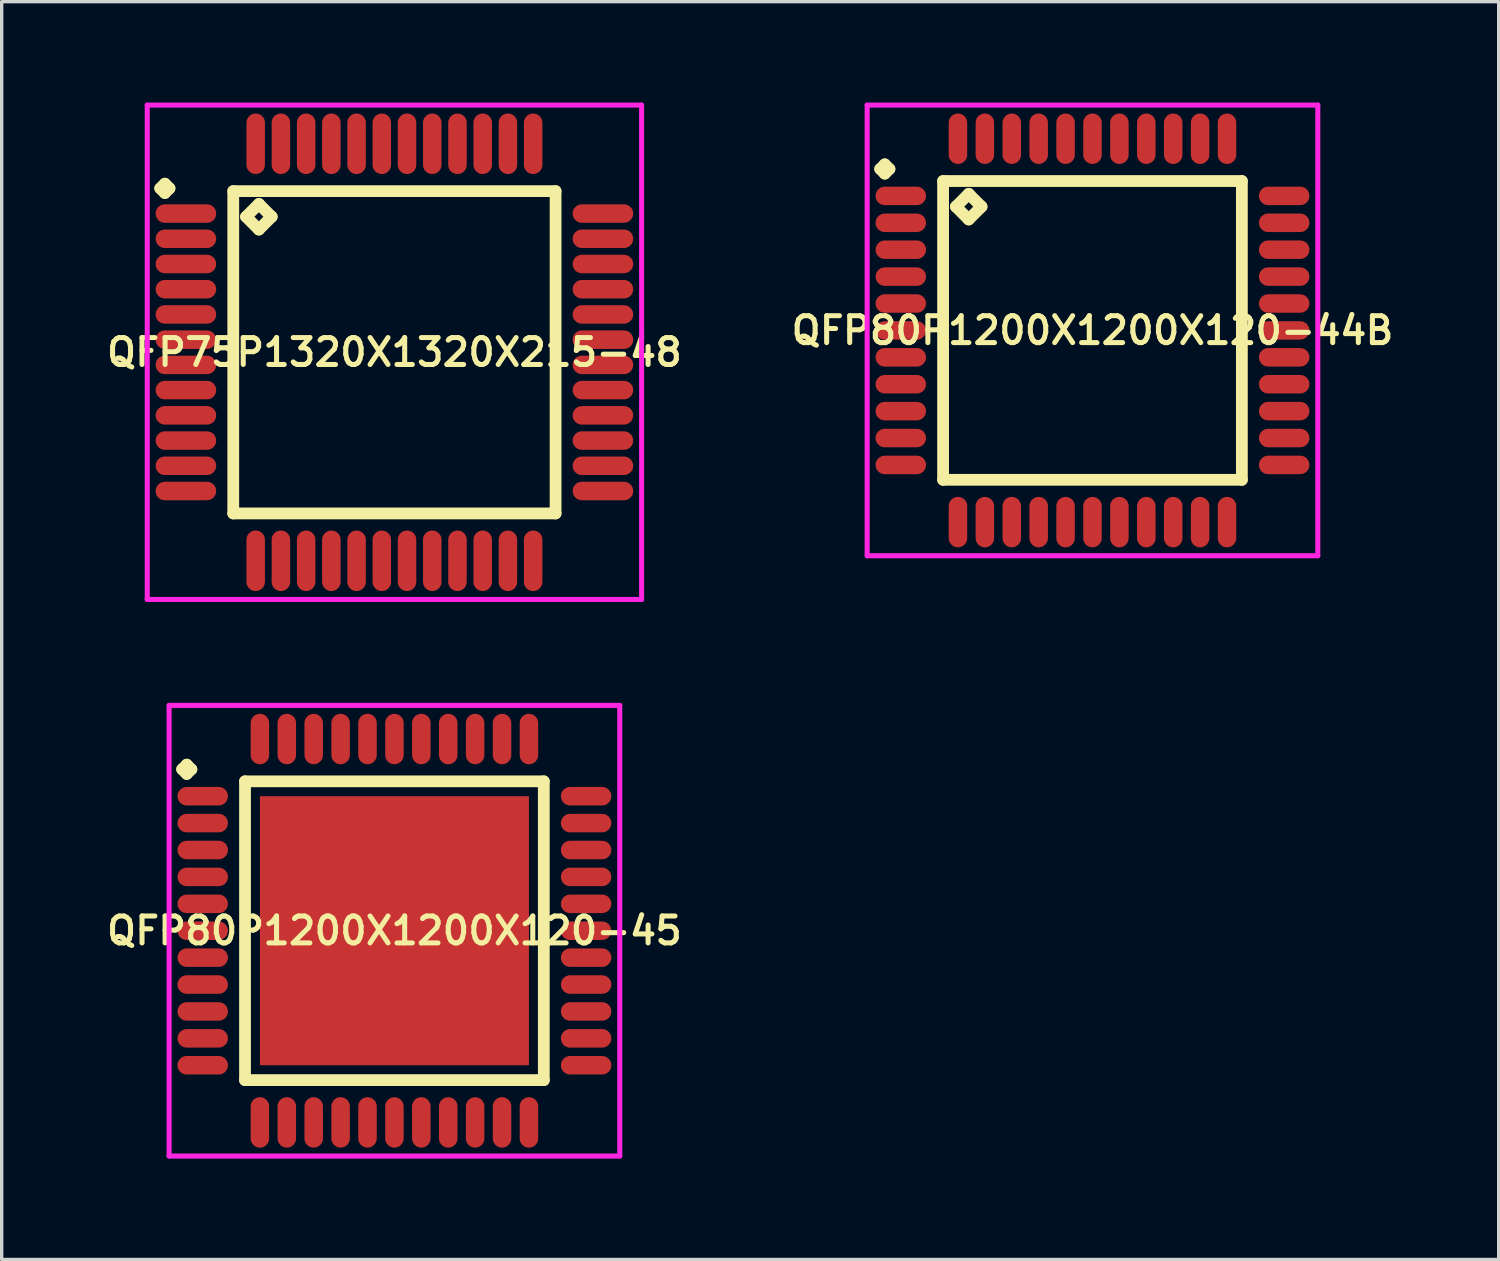
<source format=kicad_pcb>
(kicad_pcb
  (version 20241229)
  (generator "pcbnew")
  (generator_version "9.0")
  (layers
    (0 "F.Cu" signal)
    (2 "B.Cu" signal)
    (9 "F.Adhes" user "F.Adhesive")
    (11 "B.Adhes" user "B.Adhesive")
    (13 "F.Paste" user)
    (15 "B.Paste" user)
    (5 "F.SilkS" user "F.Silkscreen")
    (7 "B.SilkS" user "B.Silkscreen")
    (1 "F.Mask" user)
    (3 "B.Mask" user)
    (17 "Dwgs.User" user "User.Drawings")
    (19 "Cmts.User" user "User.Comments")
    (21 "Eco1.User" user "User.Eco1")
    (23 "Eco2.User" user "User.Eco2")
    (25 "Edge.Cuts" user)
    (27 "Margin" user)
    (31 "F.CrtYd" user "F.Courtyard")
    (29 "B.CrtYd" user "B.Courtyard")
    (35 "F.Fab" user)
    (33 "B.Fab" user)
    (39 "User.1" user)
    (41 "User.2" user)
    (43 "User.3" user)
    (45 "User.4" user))
  (footprint "QFP75P1320X1320X215-48"
    (layer "F.Cu")
    (at 8.678 7.425)
    (property "Reference" "QFP75P1320X1320X215-48" (at 0 0 0) (layer "F.SilkS") (effects (font (size 0.8 0.8) (thickness 0.15))))
    (attr smd)
    (fp_line (start -6.963 -4.875) (end -6.825 -5.013) (stroke (width 0.35) (type solid)) (layer "F.SilkS"))
    (fp_line (start -6.825 -5.013) (end -6.688 -4.875) (stroke (width 0.35) (type solid)) (layer "F.SilkS"))
    (fp_line (start -6.825 -4.737) (end -6.963 -4.875) (stroke (width 0.35) (type solid)) (layer "F.SilkS"))
    (fp_line (start -6.688 -4.875) (end -6.825 -4.737) (stroke (width 0.35) (type solid)) (layer "F.SilkS"))
    (fp_line (start -4.792 -4.792) (end -4.792 4.792) (stroke (width 0.35) (type solid)) (layer "F.SilkS"))
    (fp_line (start -4.792 4.792) (end 4.792 4.792) (stroke (width 0.35) (type solid)) (layer "F.SilkS"))
    (fp_line (start -4.411 -4.03) (end -4.03 -4.411) (stroke (width 0.35) (type solid)) (layer "F.SilkS"))
    (fp_line (start -4.03 -4.411) (end -3.649 -4.03) (stroke (width 0.35) (type solid)) (layer "F.SilkS"))
    (fp_line (start -4.03 -3.649) (end -4.411 -4.03) (stroke (width 0.35) (type solid)) (layer "F.SilkS"))
    (fp_line (start -3.649 -4.03) (end -4.03 -3.649) (stroke (width 0.35) (type solid)) (layer "F.SilkS"))
    (fp_line (start 4.792 -4.792) (end -4.792 -4.792) (stroke (width 0.35) (type solid)) (layer "F.SilkS"))
    (fp_line (start 4.792 4.792) (end 4.792 -4.792) (stroke (width 0.35) (type solid)) (layer "F.SilkS"))
    (fp_line (start -7.35 -7.35) (end 7.35 -7.35) (stroke (width 0.15) (type solid)) (layer "F.CrtYd"))
    (fp_line (start -7.35 7.35) (end -7.35 -7.35) (stroke (width 0.15) (type solid)) (layer "F.CrtYd"))
    (fp_line (start 7.35 -7.35) (end 7.35 7.35) (stroke (width 0.15) (type solid)) (layer "F.CrtYd"))
    (fp_line (start 7.35 7.35) (end -7.35 7.35) (stroke (width 0.15) (type solid)) (layer "F.CrtYd"))
    (pad "1" smd oval (at -6.2 -4.125) (size 1.8 0.55) (layers "F.Cu" "F.Mask" "F.Paste"))
    (pad "2" smd oval (at -6.2 -3.375) (size 1.8 0.55) (layers "F.Cu" "F.Mask" "F.Paste"))
    (pad "3" smd oval (at -6.2 -2.625) (size 1.8 0.55) (layers "F.Cu" "F.Mask" "F.Paste"))
    (pad "4" smd oval (at -6.2 -1.875) (size 1.8 0.55) (layers "F.Cu" "F.Mask" "F.Paste"))
    (pad "5" smd oval (at -6.2 -1.125) (size 1.8 0.55) (layers "F.Cu" "F.Mask" "F.Paste"))
    (pad "6" smd oval (at -6.2 -0.375) (size 1.8 0.55) (layers "F.Cu" "F.Mask" "F.Paste"))
    (pad "7" smd oval (at -6.2 0.375) (size 1.8 0.55) (layers "F.Cu" "F.Mask" "F.Paste"))
    (pad "8" smd oval (at -6.2 1.125) (size 1.8 0.55) (layers "F.Cu" "F.Mask" "F.Paste"))
    (pad "9" smd oval (at -6.2 1.875) (size 1.8 0.55) (layers "F.Cu" "F.Mask" "F.Paste"))
    (pad "10" smd oval (at -6.2 2.625) (size 1.8 0.55) (layers "F.Cu" "F.Mask" "F.Paste"))
    (pad "11" smd oval (at -6.2 3.375) (size 1.8 0.55) (layers "F.Cu" "F.Mask" "F.Paste"))
    (pad "12" smd oval (at -6.2 4.125) (size 1.8 0.55) (layers "F.Cu" "F.Mask" "F.Paste"))
    (pad "13" smd oval (at -4.125 6.2) (size 0.55 1.8) (layers "F.Cu" "F.Mask" "F.Paste"))
    (pad "14" smd oval (at -3.375 6.2) (size 0.55 1.8) (layers "F.Cu" "F.Mask" "F.Paste"))
    (pad "15" smd oval (at -2.625 6.2) (size 0.55 1.8) (layers "F.Cu" "F.Mask" "F.Paste"))
    (pad "16" smd oval (at -1.875 6.2) (size 0.55 1.8) (layers "F.Cu" "F.Mask" "F.Paste"))
    (pad "17" smd oval (at -1.125 6.2) (size 0.55 1.8) (layers "F.Cu" "F.Mask" "F.Paste"))
    (pad "18" smd oval (at -0.375 6.2) (size 0.55 1.8) (layers "F.Cu" "F.Mask" "F.Paste"))
    (pad "19" smd oval (at 0.375 6.2) (size 0.55 1.8) (layers "F.Cu" "F.Mask" "F.Paste"))
    (pad "20" smd oval (at 1.125 6.2) (size 0.55 1.8) (layers "F.Cu" "F.Mask" "F.Paste"))
    (pad "21" smd oval (at 1.875 6.2) (size 0.55 1.8) (layers "F.Cu" "F.Mask" "F.Paste"))
    (pad "22" smd oval (at 2.625 6.2) (size 0.55 1.8) (layers "F.Cu" "F.Mask" "F.Paste"))
    (pad "23" smd oval (at 3.375 6.2) (size 0.55 1.8) (layers "F.Cu" "F.Mask" "F.Paste"))
    (pad "24" smd oval (at 4.125 6.2) (size 0.55 1.8) (layers "F.Cu" "F.Mask" "F.Paste"))
    (pad "25" smd oval (at 6.2 4.125) (size 1.8 0.55) (layers "F.Cu" "F.Mask" "F.Paste"))
    (pad "26" smd oval (at 6.2 3.375) (size 1.8 0.55) (layers "F.Cu" "F.Mask" "F.Paste"))
    (pad "27" smd oval (at 6.2 2.625) (size 1.8 0.55) (layers "F.Cu" "F.Mask" "F.Paste"))
    (pad "28" smd oval (at 6.2 1.875) (size 1.8 0.55) (layers "F.Cu" "F.Mask" "F.Paste"))
    (pad "29" smd oval (at 6.2 1.125) (size 1.8 0.55) (layers "F.Cu" "F.Mask" "F.Paste"))
    (pad "30" smd oval (at 6.2 0.375) (size 1.8 0.55) (layers "F.Cu" "F.Mask" "F.Paste"))
    (pad "31" smd oval (at 6.2 -0.375) (size 1.8 0.55) (layers "F.Cu" "F.Mask" "F.Paste"))
    (pad "32" smd oval (at 6.2 -1.125) (size 1.8 0.55) (layers "F.Cu" "F.Mask" "F.Paste"))
    (pad "33" smd oval (at 6.2 -1.875) (size 1.8 0.55) (layers "F.Cu" "F.Mask" "F.Paste"))
    (pad "34" smd oval (at 6.2 -2.625) (size 1.8 0.55) (layers "F.Cu" "F.Mask" "F.Paste"))
    (pad "35" smd oval (at 6.2 -3.375) (size 1.8 0.55) (layers "F.Cu" "F.Mask" "F.Paste"))
    (pad "36" smd oval (at 6.2 -4.125) (size 1.8 0.55) (layers "F.Cu" "F.Mask" "F.Paste"))
    (pad "37" smd oval (at 4.125 -6.2) (size 0.55 1.8) (layers "F.Cu" "F.Mask" "F.Paste"))
    (pad "38" smd oval (at 3.375 -6.2) (size 0.55 1.8) (layers "F.Cu" "F.Mask" "F.Paste"))
    (pad "39" smd oval (at 2.625 -6.2) (size 0.55 1.8) (layers "F.Cu" "F.Mask" "F.Paste"))
    (pad "40" smd oval (at 1.875 -6.2) (size 0.55 1.8) (layers "F.Cu" "F.Mask" "F.Paste"))
    (pad "41" smd oval (at 1.125 -6.2) (size 0.55 1.8) (layers "F.Cu" "F.Mask" "F.Paste"))
    (pad "42" smd oval (at 0.375 -6.2) (size 0.55 1.8) (layers "F.Cu" "F.Mask" "F.Paste"))
    (pad "43" smd oval (at -0.375 -6.2) (size 0.55 1.8) (layers "F.Cu" "F.Mask" "F.Paste"))
    (pad "44" smd oval (at -1.125 -6.2) (size 0.55 1.8) (layers "F.Cu" "F.Mask" "F.Paste"))
    (pad "45" smd oval (at -1.875 -6.2) (size 0.55 1.8) (layers "F.Cu" "F.Mask" "F.Paste"))
    (pad "46" smd oval (at -2.625 -6.2) (size 0.55 1.8) (layers "F.Cu" "F.Mask" "F.Paste"))
    (pad "47" smd oval (at -3.375 -6.2) (size 0.55 1.8) (layers "F.Cu" "F.Mask" "F.Paste"))
    (pad "48" smd oval (at -4.125 -6.2) (size 0.55 1.8) (layers "F.Cu" "F.Mask" "F.Paste")))
  (footprint "QFP80P1200X1200X120-44B"
    (layer "F.Cu")
    (at 29.435 6.775)
    (property "Reference" "QFP80P1200X1200X120-44B" (at 0 0 0) (layer "F.SilkS") (effects (font (size 0.8 0.8) (thickness 0.15))))
    (attr smd)
    (fp_line (start -6.312 -4.8) (end -6.175 -4.938) (stroke (width 0.35) (type solid)) (layer "F.SilkS"))
    (fp_line (start -6.175 -4.938) (end -6.037 -4.8) (stroke (width 0.35) (type solid)) (layer "F.SilkS"))
    (fp_line (start -6.175 -4.662) (end -6.312 -4.8) (stroke (width 0.35) (type solid)) (layer "F.SilkS"))
    (fp_line (start -6.037 -4.8) (end -6.175 -4.662) (stroke (width 0.35) (type solid)) (layer "F.SilkS"))
    (fp_line (start -4.442 -4.442) (end -4.442 4.442) (stroke (width 0.35) (type solid)) (layer "F.SilkS"))
    (fp_line (start -4.442 4.442) (end 4.442 4.442) (stroke (width 0.35) (type solid)) (layer "F.SilkS"))
    (fp_line (start -4.061 -3.68) (end -3.68 -4.061) (stroke (width 0.35) (type solid)) (layer "F.SilkS"))
    (fp_line (start -3.68 -4.061) (end -3.299 -3.68) (stroke (width 0.35) (type solid)) (layer "F.SilkS"))
    (fp_line (start -3.68 -3.299) (end -4.061 -3.68) (stroke (width 0.35) (type solid)) (layer "F.SilkS"))
    (fp_line (start -3.299 -3.68) (end -3.68 -3.299) (stroke (width 0.35) (type solid)) (layer "F.SilkS"))
    (fp_line (start 4.442 -4.442) (end -4.442 -4.442) (stroke (width 0.35) (type solid)) (layer "F.SilkS"))
    (fp_line (start 4.442 4.442) (end 4.442 -4.442) (stroke (width 0.35) (type solid)) (layer "F.SilkS"))
    (fp_line (start -6.7 -6.7) (end 6.7 -6.7) (stroke (width 0.15) (type solid)) (layer "F.CrtYd"))
    (fp_line (start -6.7 6.7) (end -6.7 -6.7) (stroke (width 0.15) (type solid)) (layer "F.CrtYd"))
    (fp_line (start 6.7 -6.7) (end 6.7 6.7) (stroke (width 0.15) (type solid)) (layer "F.CrtYd"))
    (fp_line (start 6.7 6.7) (end -6.7 6.7) (stroke (width 0.15) (type solid)) (layer "F.CrtYd"))
    (pad "1" smd oval (at -5.7 -4) (size 1.5 0.55) (layers "F.Cu" "F.Mask" "F.Paste"))
    (pad "2" smd oval (at -5.7 -3.2) (size 1.5 0.55) (layers "F.Cu" "F.Mask" "F.Paste"))
    (pad "3" smd oval (at -5.7 -2.4) (size 1.5 0.55) (layers "F.Cu" "F.Mask" "F.Paste"))
    (pad "4" smd oval (at -5.7 -1.6) (size 1.5 0.55) (layers "F.Cu" "F.Mask" "F.Paste"))
    (pad "5" smd oval (at -5.7 -0.8) (size 1.5 0.55) (layers "F.Cu" "F.Mask" "F.Paste"))
    (pad "6" smd oval (at -5.7 0) (size 1.5 0.55) (layers "F.Cu" "F.Mask" "F.Paste"))
    (pad "7" smd oval (at -5.7 0.8) (size 1.5 0.55) (layers "F.Cu" "F.Mask" "F.Paste"))
    (pad "8" smd oval (at -5.7 1.6) (size 1.5 0.55) (layers "F.Cu" "F.Mask" "F.Paste"))
    (pad "9" smd oval (at -5.7 2.4) (size 1.5 0.55) (layers "F.Cu" "F.Mask" "F.Paste"))
    (pad "10" smd oval (at -5.7 3.2) (size 1.5 0.55) (layers "F.Cu" "F.Mask" "F.Paste"))
    (pad "11" smd oval (at -5.7 4) (size 1.5 0.55) (layers "F.Cu" "F.Mask" "F.Paste"))
    (pad "12" smd oval (at -4 5.7) (size 0.55 1.5) (layers "F.Cu" "F.Mask" "F.Paste"))
    (pad "13" smd oval (at -3.2 5.7) (size 0.55 1.5) (layers "F.Cu" "F.Mask" "F.Paste"))
    (pad "14" smd oval (at -2.4 5.7) (size 0.55 1.5) (layers "F.Cu" "F.Mask" "F.Paste"))
    (pad "15" smd oval (at -1.6 5.7) (size 0.55 1.5) (layers "F.Cu" "F.Mask" "F.Paste"))
    (pad "16" smd oval (at -0.8 5.7) (size 0.55 1.5) (layers "F.Cu" "F.Mask" "F.Paste"))
    (pad "17" smd oval (at 0 5.7) (size 0.55 1.5) (layers "F.Cu" "F.Mask" "F.Paste"))
    (pad "18" smd oval (at 0.8 5.7) (size 0.55 1.5) (layers "F.Cu" "F.Mask" "F.Paste"))
    (pad "19" smd oval (at 1.6 5.7) (size 0.55 1.5) (layers "F.Cu" "F.Mask" "F.Paste"))
    (pad "20" smd oval (at 2.4 5.7) (size 0.55 1.5) (layers "F.Cu" "F.Mask" "F.Paste"))
    (pad "21" smd oval (at 3.2 5.7) (size 0.55 1.5) (layers "F.Cu" "F.Mask" "F.Paste"))
    (pad "22" smd oval (at 4 5.7) (size 0.55 1.5) (layers "F.Cu" "F.Mask" "F.Paste"))
    (pad "23" smd oval (at 5.7 4) (size 1.5 0.55) (layers "F.Cu" "F.Mask" "F.Paste"))
    (pad "24" smd oval (at 5.7 3.2) (size 1.5 0.55) (layers "F.Cu" "F.Mask" "F.Paste"))
    (pad "25" smd oval (at 5.7 2.4) (size 1.5 0.55) (layers "F.Cu" "F.Mask" "F.Paste"))
    (pad "26" smd oval (at 5.7 1.6) (size 1.5 0.55) (layers "F.Cu" "F.Mask" "F.Paste"))
    (pad "27" smd oval (at 5.7 0.8) (size 1.5 0.55) (layers "F.Cu" "F.Mask" "F.Paste"))
    (pad "28" smd oval (at 5.7 0) (size 1.5 0.55) (layers "F.Cu" "F.Mask" "F.Paste"))
    (pad "29" smd oval (at 5.7 -0.8) (size 1.5 0.55) (layers "F.Cu" "F.Mask" "F.Paste"))
    (pad "30" smd oval (at 5.7 -1.6) (size 1.5 0.55) (layers "F.Cu" "F.Mask" "F.Paste"))
    (pad "31" smd oval (at 5.7 -2.4) (size 1.5 0.55) (layers "F.Cu" "F.Mask" "F.Paste"))
    (pad "32" smd oval (at 5.7 -3.2) (size 1.5 0.55) (layers "F.Cu" "F.Mask" "F.Paste"))
    (pad "33" smd oval (at 5.7 -4) (size 1.5 0.55) (layers "F.Cu" "F.Mask" "F.Paste"))
    (pad "34" smd oval (at 4 -5.7) (size 0.55 1.5) (layers "F.Cu" "F.Mask" "F.Paste"))
    (pad "35" smd oval (at 3.2 -5.7) (size 0.55 1.5) (layers "F.Cu" "F.Mask" "F.Paste"))
    (pad "36" smd oval (at 2.4 -5.7) (size 0.55 1.5) (layers "F.Cu" "F.Mask" "F.Paste"))
    (pad "37" smd oval (at 1.6 -5.7) (size 0.55 1.5) (layers "F.Cu" "F.Mask" "F.Paste"))
    (pad "38" smd oval (at 0.8 -5.7) (size 0.55 1.5) (layers "F.Cu" "F.Mask" "F.Paste"))
    (pad "39" smd oval (at 0 -5.7) (size 0.55 1.5) (layers "F.Cu" "F.Mask" "F.Paste"))
    (pad "40" smd oval (at -0.8 -5.7) (size 0.55 1.5) (layers "F.Cu" "F.Mask" "F.Paste"))
    (pad "41" smd oval (at -1.6 -5.7) (size 0.55 1.5) (layers "F.Cu" "F.Mask" "F.Paste"))
    (pad "42" smd oval (at -2.4 -5.7) (size 0.55 1.5) (layers "F.Cu" "F.Mask" "F.Paste"))
    (pad "43" smd oval (at -3.2 -5.7) (size 0.55 1.5) (layers "F.Cu" "F.Mask" "F.Paste"))
    (pad "44" smd oval (at -4 -5.7) (size 0.55 1.5) (layers "F.Cu" "F.Mask" "F.Paste")))
  (footprint "QFP80P1200X1200X120-45"
    (layer "F.Cu")
    (at 8.678 24.625)
    (property "Reference" "QFP80P1200X1200X120-45" (at 0 0 0) (layer "F.SilkS") (effects (font (size 0.8 0.8) (thickness 0.15))))
    (attr through_hole)
    (fp_line (start -6.312 -4.8) (end -6.175 -4.938) (stroke (width 0.35) (type solid)) (layer "F.SilkS"))
    (fp_line (start -6.175 -4.938) (end -6.037 -4.8) (stroke (width 0.35) (type solid)) (layer "F.SilkS"))
    (fp_line (start -6.175 -4.662) (end -6.312 -4.8) (stroke (width 0.35) (type solid)) (layer "F.SilkS"))
    (fp_line (start -6.037 -4.8) (end -6.175 -4.662) (stroke (width 0.35) (type solid)) (layer "F.SilkS"))
    (fp_line (start -4.442 -4.442) (end -4.442 4.442) (stroke (width 0.35) (type solid)) (layer "F.SilkS"))
    (fp_line (start -4.442 4.442) (end 4.442 4.442) (stroke (width 0.35) (type solid)) (layer "F.SilkS"))
    (fp_line (start 4.442 -4.442) (end -4.442 -4.442) (stroke (width 0.35) (type solid)) (layer "F.SilkS"))
    (fp_line (start 4.442 4.442) (end 4.442 -4.442) (stroke (width 0.35) (type solid)) (layer "F.SilkS"))
    (fp_line (start -6.7 -6.7) (end 6.7 -6.7) (stroke (width 0.15) (type solid)) (layer "F.CrtYd"))
    (fp_line (start -6.7 6.7) (end -6.7 -6.7) (stroke (width 0.15) (type solid)) (layer "F.CrtYd"))
    (fp_line (start 6.7 -6.7) (end 6.7 6.7) (stroke (width 0.15) (type solid)) (layer "F.CrtYd"))
    (fp_line (start 6.7 6.7) (end -6.7 6.7) (stroke (width 0.15) (type solid)) (layer "F.CrtYd"))
    (pad "1" smd oval (at -5.7 -4) (size 1.5 0.55) (layers "F.Cu" "F.Mask" "F.Paste"))
    (pad "2" smd oval (at -5.7 -3.2) (size 1.5 0.55) (layers "F.Cu" "F.Mask" "F.Paste"))
    (pad "3" smd oval (at -5.7 -2.4) (size 1.5 0.55) (layers "F.Cu" "F.Mask" "F.Paste"))
    (pad "4" smd oval (at -5.7 -1.6) (size 1.5 0.55) (layers "F.Cu" "F.Mask" "F.Paste"))
    (pad "5" smd oval (at -5.7 -0.8) (size 1.5 0.55) (layers "F.Cu" "F.Mask" "F.Paste"))
    (pad "6" smd oval (at -5.7 0) (size 1.5 0.55) (layers "F.Cu" "F.Mask" "F.Paste"))
    (pad "7" smd oval (at -5.7 0.8) (size 1.5 0.55) (layers "F.Cu" "F.Mask" "F.Paste"))
    (pad "8" smd oval (at -5.7 1.6) (size 1.5 0.55) (layers "F.Cu" "F.Mask" "F.Paste"))
    (pad "9" smd oval (at -5.7 2.4) (size 1.5 0.55) (layers "F.Cu" "F.Mask" "F.Paste"))
    (pad "10" smd oval (at -5.7 3.2) (size 1.5 0.55) (layers "F.Cu" "F.Mask" "F.Paste"))
    (pad "11" smd oval (at -5.7 4) (size 1.5 0.55) (layers "F.Cu" "F.Mask" "F.Paste"))
    (pad "12" smd oval (at -4 5.7) (size 0.55 1.5) (layers "F.Cu" "F.Mask" "F.Paste"))
    (pad "13" smd oval (at -3.2 5.7) (size 0.55 1.5) (layers "F.Cu" "F.Mask" "F.Paste"))
    (pad "14" smd oval (at -2.4 5.7) (size 0.55 1.5) (layers "F.Cu" "F.Mask" "F.Paste"))
    (pad "15" smd oval (at -1.6 5.7) (size 0.55 1.5) (layers "F.Cu" "F.Mask" "F.Paste"))
    (pad "16" smd oval (at -0.8 5.7) (size 0.55 1.5) (layers "F.Cu" "F.Mask" "F.Paste"))
    (pad "17" smd oval (at 0 5.7) (size 0.55 1.5) (layers "F.Cu" "F.Mask" "F.Paste"))
    (pad "18" smd oval (at 0.8 5.7) (size 0.55 1.5) (layers "F.Cu" "F.Mask" "F.Paste"))
    (pad "19" smd oval (at 1.6 5.7) (size 0.55 1.5) (layers "F.Cu" "F.Mask" "F.Paste"))
    (pad "20" smd oval (at 2.4 5.7) (size 0.55 1.5) (layers "F.Cu" "F.Mask" "F.Paste"))
    (pad "21" smd oval (at 3.2 5.7) (size 0.55 1.5) (layers "F.Cu" "F.Mask" "F.Paste"))
    (pad "22" smd oval (at 4 5.7) (size 0.55 1.5) (layers "F.Cu" "F.Mask" "F.Paste"))
    (pad "23" smd oval (at 5.7 4) (size 1.5 0.55) (layers "F.Cu" "F.Mask" "F.Paste"))
    (pad "24" smd oval (at 5.7 3.2) (size 1.5 0.55) (layers "F.Cu" "F.Mask" "F.Paste"))
    (pad "25" smd oval (at 5.7 2.4) (size 1.5 0.55) (layers "F.Cu" "F.Mask" "F.Paste"))
    (pad "26" smd oval (at 5.7 1.6) (size 1.5 0.55) (layers "F.Cu" "F.Mask" "F.Paste"))
    (pad "27" smd oval (at 5.7 0.8) (size 1.5 0.55) (layers "F.Cu" "F.Mask" "F.Paste"))
    (pad "28" smd oval (at 5.7 0) (size 1.5 0.55) (layers "F.Cu" "F.Mask" "F.Paste"))
    (pad "29" smd oval (at 5.7 -0.8) (size 1.5 0.55) (layers "F.Cu" "F.Mask" "F.Paste"))
    (pad "30" smd oval (at 5.7 -1.6) (size 1.5 0.55) (layers "F.Cu" "F.Mask" "F.Paste"))
    (pad "31" smd oval (at 5.7 -2.4) (size 1.5 0.55) (layers "F.Cu" "F.Mask" "F.Paste"))
    (pad "32" smd oval (at 5.7 -3.2) (size 1.5 0.55) (layers "F.Cu" "F.Mask" "F.Paste"))
    (pad "33" smd oval (at 5.7 -4) (size 1.5 0.55) (layers "F.Cu" "F.Mask" "F.Paste"))
    (pad "34" smd oval (at 4 -5.7) (size 0.55 1.5) (layers "F.Cu" "F.Mask" "F.Paste"))
    (pad "35" smd oval (at 3.2 -5.7) (size 0.55 1.5) (layers "F.Cu" "F.Mask" "F.Paste"))
    (pad "36" smd oval (at 2.4 -5.7) (size 0.55 1.5) (layers "F.Cu" "F.Mask" "F.Paste"))
    (pad "37" smd oval (at 1.6 -5.7) (size 0.55 1.5) (layers "F.Cu" "F.Mask" "F.Paste"))
    (pad "38" smd oval (at 0.8 -5.7) (size 0.55 1.5) (layers "F.Cu" "F.Mask" "F.Paste"))
    (pad "39" smd oval (at 0 -5.7) (size 0.55 1.5) (layers "F.Cu" "F.Mask" "F.Paste"))
    (pad "40" smd oval (at -0.8 -5.7) (size 0.55 1.5) (layers "F.Cu" "F.Mask" "F.Paste"))
    (pad "41" smd oval (at -1.6 -5.7) (size 0.55 1.5) (layers "F.Cu" "F.Mask" "F.Paste"))
    (pad "42" smd oval (at -2.4 -5.7) (size 0.55 1.5) (layers "F.Cu" "F.Mask" "F.Paste"))
    (pad "43" smd oval (at -3.2 -5.7) (size 0.55 1.5) (layers "F.Cu" "F.Mask" "F.Paste"))
    (pad "44" smd oval (at -4 -5.7) (size 0.55 1.5) (layers "F.Cu" "F.Mask" "F.Paste"))
    (pad "45" smd rect (at 0 0) (size 8 8) (layers "F.Cu" "F.Mask" "F.Paste")))
  (gr_rect
    (start -3 -3)
    (end 41.513 34.4)
    (stroke (width 0.1) (type default))
    (fill no)
    (layer "Edge.Cuts")))
</source>
